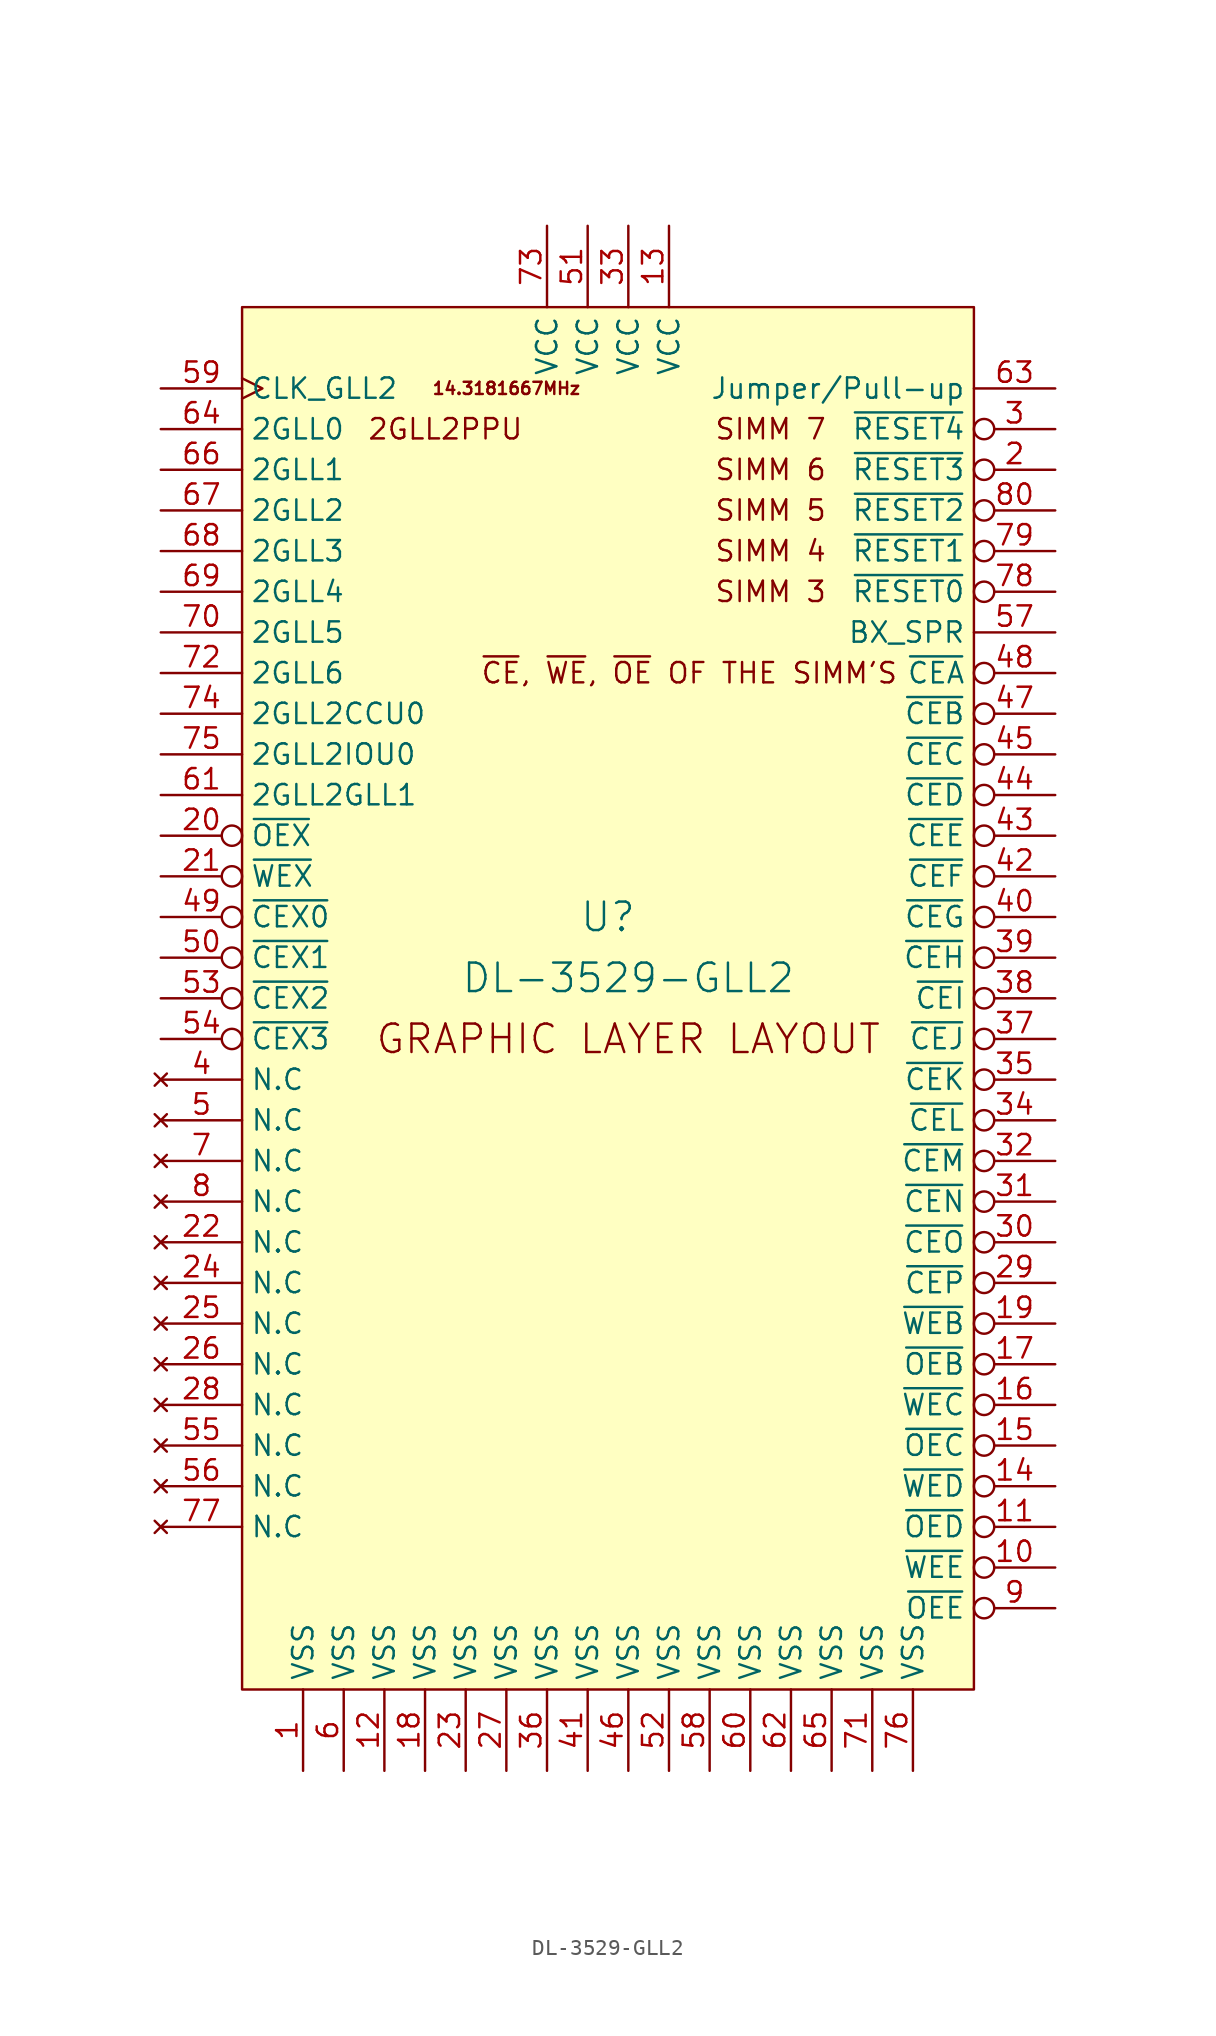
<source format=kicad_sym>
(kicad_symbol_lib
  (version 20211014)
  (generator kicad_symbol_editor)
  (symbol "DL-3529-GLL2"
    (property "Reference" "U"
      (at 0 6.35 0)
      (effects (font (size 1.778 1.778))))
    (property "Value" "DL-3529-GLL2"
      (at 1.27 2.54 0)
      (effects (font (size 1.778 1.778))))
    (symbol "DL-3529-GLL2_0_0"
      (text "14.3181667MHz" (at -6.35 39.37 0) (effects (font (size 0.762 0.762))))
      (text "2GLL2PPU" (at -10.16 36.83 0) (effects (font (size 1.27 1.27))))
      (text "GRAPHIC LAYER LAYOUT" (at 1.27 -1.27 0) (effects (font (size 1.778 1.778))))
      (text "SIMM 3" (at 10.16 26.67 0) (effects (font (size 1.27 1.27))))
      (text "SIMM 4" (at 10.16 29.21 0) (effects (font (size 1.27 1.27))))
      (text "SIMM 5" (at 10.16 31.75 0) (effects (font (size 1.27 1.27))))
      (text "SIMM 6" (at 10.16 34.29 0) (effects (font (size 1.27 1.27))))
      (text "SIMM 7" (at 10.16 36.83 0) (effects (font (size 1.27 1.27))))
      (text "~{CE}, ~{WE}, ~{OE} OF THE SIMM'S" (at 5.08 21.59 0) (effects (font (size 1.27 1.27)))))
    (symbol "DL-3529-GLL2_0_1"
      (rectangle (start -22.86 44.45) (end 22.86 -41.91) (stroke (width 0) (type default) (color 0 0 0 0)) (fill (type background))))
    (symbol "DL-3529-GLL2_1_1"
      (pin power_in line (at -19.05 -46.99 90) (length 5.08) (name "VSS" (effects (font (size 1.27 1.27)))) (number "1" (effects (font (size 1.27 1.27)))))
      (pin output inverted (at 27.94 -34.29 180) (length 5.08) (name "~{WEE}" (effects (font (size 1.27 1.27)))) (number "10" (effects (font (size 1.27 1.27)))))
      (pin output inverted (at 27.94 -31.75 180) (length 5.08) (name "~{OED}" (effects (font (size 1.27 1.27)))) (number "11" (effects (font (size 1.27 1.27)))))
      (pin power_in line (at -13.97 -46.99 90) (length 5.08) (name "VSS" (effects (font (size 1.27 1.27)))) (number "12" (effects (font (size 1.27 1.27)))))
      (pin power_in line (at 3.81 49.53 270) (length 5.08) (name "VCC" (effects (font (size 1.27 1.27)))) (number "13" (effects (font (size 1.27 1.27)))))
      (pin output inverted (at 27.94 -29.21 180) (length 5.08) (name "~{WED}" (effects (font (size 1.27 1.27)))) (number "14" (effects (font (size 1.27 1.27)))))
      (pin output inverted (at 27.94 -26.67 180) (length 5.08) (name "~{OEC}" (effects (font (size 1.27 1.27)))) (number "15" (effects (font (size 1.27 1.27)))))
      (pin output inverted (at 27.94 -24.13 180) (length 5.08) (name "~{WEC}" (effects (font (size 1.27 1.27)))) (number "16" (effects (font (size 1.27 1.27)))))
      (pin output inverted (at 27.94 -21.59 180) (length 5.08) (name "~{OEB}" (effects (font (size 1.27 1.27)))) (number "17" (effects (font (size 1.27 1.27)))))
      (pin power_in line (at -11.43 -46.99 90) (length 5.08) (name "VSS" (effects (font (size 1.27 1.27)))) (number "18" (effects (font (size 1.27 1.27)))))
      (pin output inverted (at 27.94 -19.05 180) (length 5.08) (name "~{WEB}" (effects (font (size 1.27 1.27)))) (number "19" (effects (font (size 1.27 1.27)))))
      (pin output inverted (at 27.94 34.29 180) (length 5.08) (name "~{RESET3}" (effects (font (size 1.27 1.27)))) (number "2" (effects (font (size 1.27 1.27)))))
      (pin output inverted (at -27.94 11.43 0) (length 5.08) (name "~{OEX}" (effects (font (size 1.27 1.27)))) (number "20" (effects (font (size 1.27 1.27)))))
      (pin output inverted (at -27.94 8.89 0) (length 5.08) (name "~{WEX}" (effects (font (size 1.27 1.27)))) (number "21" (effects (font (size 1.27 1.27)))))
      (pin no_connect line (at -27.94 -13.97 0) (length 5.08) (name "N.C" (effects (font (size 1.27 1.27)))) (number "22" (effects (font (size 1.27 1.27)))))
      (pin power_in line (at -8.89 -46.99 90) (length 5.08) (name "VSS" (effects (font (size 1.27 1.27)))) (number "23" (effects (font (size 1.27 1.27)))))
      (pin no_connect line (at -27.94 -16.51 0) (length 5.08) (name "N.C" (effects (font (size 1.27 1.27)))) (number "24" (effects (font (size 1.27 1.27)))))
      (pin no_connect line (at -27.94 -19.05 0) (length 5.08) (name "N.C" (effects (font (size 1.27 1.27)))) (number "25" (effects (font (size 1.27 1.27)))))
      (pin no_connect line (at -27.94 -21.59 0) (length 5.08) (name "N.C" (effects (font (size 1.27 1.27)))) (number "26" (effects (font (size 1.27 1.27)))))
      (pin power_in line (at -6.35 -46.99 90) (length 5.08) (name "VSS" (effects (font (size 1.27 1.27)))) (number "27" (effects (font (size 1.27 1.27)))))
      (pin no_connect line (at -27.94 -24.13 0) (length 5.08) (name "N.C" (effects (font (size 1.27 1.27)))) (number "28" (effects (font (size 1.27 1.27)))))
      (pin output inverted (at 27.94 -16.51 180) (length 5.08) (name "~{CEP}" (effects (font (size 1.27 1.27)))) (number "29" (effects (font (size 1.27 1.27)))))
      (pin output inverted (at 27.94 36.83 180) (length 5.08) (name "~{RESET4}" (effects (font (size 1.27 1.27)))) (number "3" (effects (font (size 1.27 1.27)))))
      (pin output inverted (at 27.94 -13.97 180) (length 5.08) (name "~{CEO}" (effects (font (size 1.27 1.27)))) (number "30" (effects (font (size 1.27 1.27)))))
      (pin output inverted (at 27.94 -11.43 180) (length 5.08) (name "~{CEN}" (effects (font (size 1.27 1.27)))) (number "31" (effects (font (size 1.27 1.27)))))
      (pin output inverted (at 27.94 -8.89 180) (length 5.08) (name "~{CEM}" (effects (font (size 1.27 1.27)))) (number "32" (effects (font (size 1.27 1.27)))))
      (pin power_in line (at 1.27 49.53 270) (length 5.08) (name "VCC" (effects (font (size 1.27 1.27)))) (number "33" (effects (font (size 1.27 1.27)))))
      (pin output inverted (at 27.94 -6.35 180) (length 5.08) (name "~{CEL}" (effects (font (size 1.27 1.27)))) (number "34" (effects (font (size 1.27 1.27)))))
      (pin output inverted (at 27.94 -3.81 180) (length 5.08) (name "~{CEK}" (effects (font (size 1.27 1.27)))) (number "35" (effects (font (size 1.27 1.27)))))
      (pin power_in line (at -3.81 -46.99 90) (length 5.08) (name "VSS" (effects (font (size 1.27 1.27)))) (number "36" (effects (font (size 1.27 1.27)))))
      (pin output inverted (at 27.94 -1.27 180) (length 5.08) (name "~{CEJ}" (effects (font (size 1.27 1.27)))) (number "37" (effects (font (size 1.27 1.27)))))
      (pin output inverted (at 27.94 1.27 180) (length 5.08) (name "~{CEI}" (effects (font (size 1.27 1.27)))) (number "38" (effects (font (size 1.27 1.27)))))
      (pin output inverted (at 27.94 3.81 180) (length 5.08) (name "~{CEH}" (effects (font (size 1.27 1.27)))) (number "39" (effects (font (size 1.27 1.27)))))
      (pin no_connect line (at -27.94 -3.81 0) (length 5.08) (name "N.C" (effects (font (size 1.27 1.27)))) (number "4" (effects (font (size 1.27 1.27)))))
      (pin output inverted (at 27.94 6.35 180) (length 5.08) (name "~{CEG}" (effects (font (size 1.27 1.27)))) (number "40" (effects (font (size 1.27 1.27)))))
      (pin power_in line (at -1.27 -46.99 90) (length 5.08) (name "VSS" (effects (font (size 1.27 1.27)))) (number "41" (effects (font (size 1.27 1.27)))))
      (pin output inverted (at 27.94 8.89 180) (length 5.08) (name "~{CEF}" (effects (font (size 1.27 1.27)))) (number "42" (effects (font (size 1.27 1.27)))))
      (pin output inverted (at 27.94 11.43 180) (length 5.08) (name "~{CEE}" (effects (font (size 1.27 1.27)))) (number "43" (effects (font (size 1.27 1.27)))))
      (pin output inverted (at 27.94 13.97 180) (length 5.08) (name "~{CED}" (effects (font (size 1.27 1.27)))) (number "44" (effects (font (size 1.27 1.27)))))
      (pin output inverted (at 27.94 16.51 180) (length 5.08) (name "~{CEC}" (effects (font (size 1.27 1.27)))) (number "45" (effects (font (size 1.27 1.27)))))
      (pin power_in line (at 1.27 -46.99 90) (length 5.08) (name "VSS" (effects (font (size 1.27 1.27)))) (number "46" (effects (font (size 1.27 1.27)))))
      (pin output inverted (at 27.94 19.05 180) (length 5.08) (name "~{CEB}" (effects (font (size 1.27 1.27)))) (number "47" (effects (font (size 1.27 1.27)))))
      (pin output inverted (at 27.94 21.59 180) (length 5.08) (name "~{CEA}" (effects (font (size 1.27 1.27)))) (number "48" (effects (font (size 1.27 1.27)))))
      (pin output inverted (at -27.94 6.35 0) (length 5.08) (name "~{CEX0}" (effects (font (size 1.27 1.27)))) (number "49" (effects (font (size 1.27 1.27)))))
      (pin no_connect line (at -27.94 -6.35 0) (length 5.08) (name "N.C" (effects (font (size 1.27 1.27)))) (number "5" (effects (font (size 1.27 1.27)))))
      (pin output inverted (at -27.94 3.81 0) (length 5.08) (name "~{CEX1}" (effects (font (size 1.27 1.27)))) (number "50" (effects (font (size 1.27 1.27)))))
      (pin power_in line (at -1.27 49.53 270) (length 5.08) (name "VCC" (effects (font (size 1.27 1.27)))) (number "51" (effects (font (size 1.27 1.27)))))
      (pin power_in line (at 3.81 -46.99 90) (length 5.08) (name "VSS" (effects (font (size 1.27 1.27)))) (number "52" (effects (font (size 1.27 1.27)))))
      (pin output inverted (at -27.94 1.27 0) (length 5.08) (name "~{CEX2}" (effects (font (size 1.27 1.27)))) (number "53" (effects (font (size 1.27 1.27)))))
      (pin output inverted (at -27.94 -1.27 0) (length 5.08) (name "~{CEX3}" (effects (font (size 1.27 1.27)))) (number "54" (effects (font (size 1.27 1.27)))))
      (pin no_connect line (at -27.94 -26.67 0) (length 5.08) (name "N.C" (effects (font (size 1.27 1.27)))) (number "55" (effects (font (size 1.27 1.27)))))
      (pin no_connect line (at -27.94 -29.21 0) (length 5.08) (name "N.C" (effects (font (size 1.27 1.27)))) (number "56" (effects (font (size 1.27 1.27)))))
      (pin output line (at 27.94 24.13 180) (length 5.08) (name "BX_SPR" (effects (font (size 1.27 1.27)))) (number "57" (effects (font (size 1.27 1.27)))))
      (pin power_in line (at 6.35 -46.99 90) (length 5.08) (name "VSS" (effects (font (size 1.27 1.27)))) (number "58" (effects (font (size 1.27 1.27)))))
      (pin input clock (at -27.94 39.37 0) (length 5.08) (name "CLK_GLL2" (effects (font (size 1.27 1.27)))) (number "59" (effects (font (size 1.27 1.27)))))
      (pin power_in line (at -16.51 -46.99 90) (length 5.08) (name "VSS" (effects (font (size 1.27 1.27)))) (number "6" (effects (font (size 1.27 1.27)))))
      (pin power_in line (at 8.89 -46.99 90) (length 5.08) (name "VSS" (effects (font (size 1.27 1.27)))) (number "60" (effects (font (size 1.27 1.27)))))
      (pin bidirectional line (at -27.94 13.97 0) (length 5.08) (name "2GLL2GLL1" (effects (font (size 1.27 1.27)))) (number "61" (effects (font (size 1.27 1.27)))))
      (pin power_in line (at 11.43 -46.99 90) (length 5.08) (name "VSS" (effects (font (size 1.27 1.27)))) (number "62" (effects (font (size 1.27 1.27)))))
      (pin output line (at 27.94 39.37 180) (length 5.08) (name "Jumper/Pull-up" (effects (font (size 1.27 1.27)))) (number "63" (effects (font (size 1.27 1.27)))))
      (pin bidirectional line (at -27.94 36.83 0) (length 5.08) (name "2GLL0" (effects (font (size 1.27 1.27)))) (number "64" (effects (font (size 1.27 1.27)))))
      (pin power_in line (at 13.97 -46.99 90) (length 5.08) (name "VSS" (effects (font (size 1.27 1.27)))) (number "65" (effects (font (size 1.27 1.27)))))
      (pin bidirectional line (at -27.94 34.29 0) (length 5.08) (name "2GLL1" (effects (font (size 1.27 1.27)))) (number "66" (effects (font (size 1.27 1.27)))))
      (pin bidirectional line (at -27.94 31.75 0) (length 5.08) (name "2GLL2" (effects (font (size 1.27 1.27)))) (number "67" (effects (font (size 1.27 1.27)))))
      (pin bidirectional line (at -27.94 29.21 0) (length 5.08) (name "2GLL3" (effects (font (size 1.27 1.27)))) (number "68" (effects (font (size 1.27 1.27)))))
      (pin bidirectional line (at -27.94 26.67 0) (length 5.08) (name "2GLL4" (effects (font (size 1.27 1.27)))) (number "69" (effects (font (size 1.27 1.27)))))
      (pin no_connect line (at -27.94 -8.89 0) (length 5.08) (name "N.C" (effects (font (size 1.27 1.27)))) (number "7" (effects (font (size 1.27 1.27)))))
      (pin bidirectional line (at -27.94 24.13 0) (length 5.08) (name "2GLL5" (effects (font (size 1.27 1.27)))) (number "70" (effects (font (size 1.27 1.27)))))
      (pin power_in line (at 16.51 -46.99 90) (length 5.08) (name "VSS" (effects (font (size 1.27 1.27)))) (number "71" (effects (font (size 1.27 1.27)))))
      (pin bidirectional line (at -27.94 21.59 0) (length 5.08) (name "2GLL6" (effects (font (size 1.27 1.27)))) (number "72" (effects (font (size 1.27 1.27)))))
      (pin power_in line (at -3.81 49.53 270) (length 5.08) (name "VCC" (effects (font (size 1.27 1.27)))) (number "73" (effects (font (size 1.27 1.27)))))
      (pin bidirectional line (at -27.94 19.05 0) (length 5.08) (name "2GLL2CCU0" (effects (font (size 1.27 1.27)))) (number "74" (effects (font (size 1.27 1.27)))))
      (pin bidirectional line (at -27.94 16.51 0) (length 5.08) (name "2GLL2IOU0" (effects (font (size 1.27 1.27)))) (number "75" (effects (font (size 1.27 1.27)))))
      (pin power_in line (at 19.05 -46.99 90) (length 5.08) (name "VSS" (effects (font (size 1.27 1.27)))) (number "76" (effects (font (size 1.27 1.27)))))
      (pin no_connect line (at -27.94 -31.75 0) (length 5.08) (name "N.C" (effects (font (size 1.27 1.27)))) (number "77" (effects (font (size 1.27 1.27)))))
      (pin output inverted (at 27.94 26.67 180) (length 5.08) (name "~{RESET0}" (effects (font (size 1.27 1.27)))) (number "78" (effects (font (size 1.27 1.27)))))
      (pin output inverted (at 27.94 29.21 180) (length 5.08) (name "~{RESET1}" (effects (font (size 1.27 1.27)))) (number "79" (effects (font (size 1.27 1.27)))))
      (pin no_connect line (at -27.94 -11.43 0) (length 5.08) (name "N.C" (effects (font (size 1.27 1.27)))) (number "8" (effects (font (size 1.27 1.27)))))
      (pin output inverted (at 27.94 31.75 180) (length 5.08) (name "~{RESET2}" (effects (font (size 1.27 1.27)))) (number "80" (effects (font (size 1.27 1.27)))))
      (pin output inverted (at 27.94 -36.83 180) (length 5.08) (name "~{OEE}" (effects (font (size 1.27 1.27)))) (number "9" (effects (font (size 1.27 1.27))))))))
</source>
